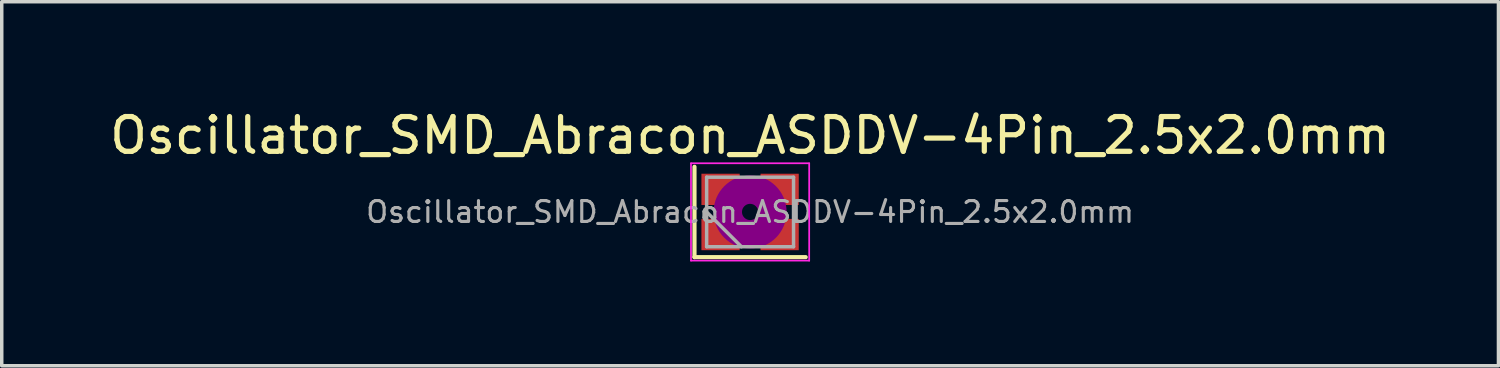
<source format=kicad_pcb>
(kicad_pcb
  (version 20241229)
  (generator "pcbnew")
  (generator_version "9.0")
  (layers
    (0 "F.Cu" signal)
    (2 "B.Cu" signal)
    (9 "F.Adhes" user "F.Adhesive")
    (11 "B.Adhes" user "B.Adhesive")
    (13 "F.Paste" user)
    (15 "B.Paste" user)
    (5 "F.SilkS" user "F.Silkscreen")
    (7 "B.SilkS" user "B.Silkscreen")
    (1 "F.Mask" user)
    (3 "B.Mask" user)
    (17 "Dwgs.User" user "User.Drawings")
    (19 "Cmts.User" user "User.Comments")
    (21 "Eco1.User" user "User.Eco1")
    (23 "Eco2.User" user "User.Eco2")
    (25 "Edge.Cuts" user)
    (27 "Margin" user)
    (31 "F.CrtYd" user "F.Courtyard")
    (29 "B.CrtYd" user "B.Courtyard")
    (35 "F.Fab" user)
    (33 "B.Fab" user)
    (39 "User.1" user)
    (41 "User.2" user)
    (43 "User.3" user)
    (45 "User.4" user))
  (footprint "Oscillator_SMD_Abracon_ASDDV-4Pin_2.5x2.0mm"
    (layer "F.Cu")
    (at 18.53 3.048)
    (property "Reference" "Oscillator_SMD_Abracon_ASDDV-4Pin_2.5x2.0mm" (at 0 -2.2 0) (layer "F.SilkS") (effects (font (size 1 1) (thickness 0.15))))
    (attr smd)
    (fp_line (start -1.6 -1.3) (end -1.6 1.3) (stroke (width 0.12) (type solid)) (layer "F.SilkS"))
    (fp_line (start -1.6 1.3) (end 1.6 1.3) (stroke (width 0.12) (type solid)) (layer "F.SilkS"))
    (fp_circle (center 0 0) (end 0.233 0) (stroke (width 0.467) (type solid)) (fill no) (layer "F.Adhes"))
    (fp_circle (center 0 0) (end 0.533 0) (stroke (width 0.333) (type solid)) (fill no) (layer "F.Adhes"))
    (fp_circle (center 0 0) (end 0.833 0) (stroke (width 0.333) (type solid)) (fill no) (layer "F.Adhes"))
    (fp_circle (center 0 0) (end 1 0) (stroke (width 0.1) (type solid)) (fill no) (layer "F.Adhes"))
    (fp_line (start -1.7 -1.4) (end -1.7 1.4) (stroke (width 0.05) (type solid)) (layer "F.CrtYd"))
    (fp_line (start -1.7 1.4) (end 1.7 1.4) (stroke (width 0.05) (type solid)) (layer "F.CrtYd"))
    (fp_line (start 1.7 -1.4) (end -1.7 -1.4) (stroke (width 0.05) (type solid)) (layer "F.CrtYd"))
    (fp_line (start 1.7 1.4) (end 1.7 -1.4) (stroke (width 0.05) (type solid)) (layer "F.CrtYd"))
    (fp_line (start -1.25 -1) (end -1.25 1) (stroke (width 0.1) (type solid)) (layer "F.Fab"))
    (fp_line (start -1.25 0) (end -0.25 1) (stroke (width 0.1) (type solid)) (layer "F.Fab"))
    (fp_line (start -1.25 1) (end 1.25 1) (stroke (width 0.1) (type solid)) (layer "F.Fab"))
    (fp_line (start 1.25 -1) (end -1.25 -1) (stroke (width 0.1) (type solid)) (layer "F.Fab"))
    (fp_line (start 1.25 1) (end 1.25 -1) (stroke (width 0.1) (type solid)) (layer "F.Fab"))
    (fp_text user "${REFERENCE}" (at 0 0 0) (layer "F.Fab") (effects (font (size 0.6 0.6) (thickness 0.09))))
    (pad "1" smd rect (at -0.85 0.65) (size 1.1 0.9) (layers "F.Cu" "F.Mask" "F.Paste"))
    (pad "2" smd rect (at 0.85 0.65) (size 1.1 0.9) (layers "F.Cu" "F.Mask" "F.Paste"))
    (pad "3" smd rect (at 0.85 -0.65) (size 1.1 0.9) (layers "F.Cu" "F.Mask" "F.Paste"))
    (pad "4" smd rect (at -0.85 -0.65) (size 1.1 0.9) (layers "F.Cu" "F.Mask" "F.Paste")))
  (gr_rect
    (start -3 -3)
    (end 40.06 7.473)
    (stroke (width 0.1) (type default))
    (fill no)
    (layer "Edge.Cuts")))
</source>
